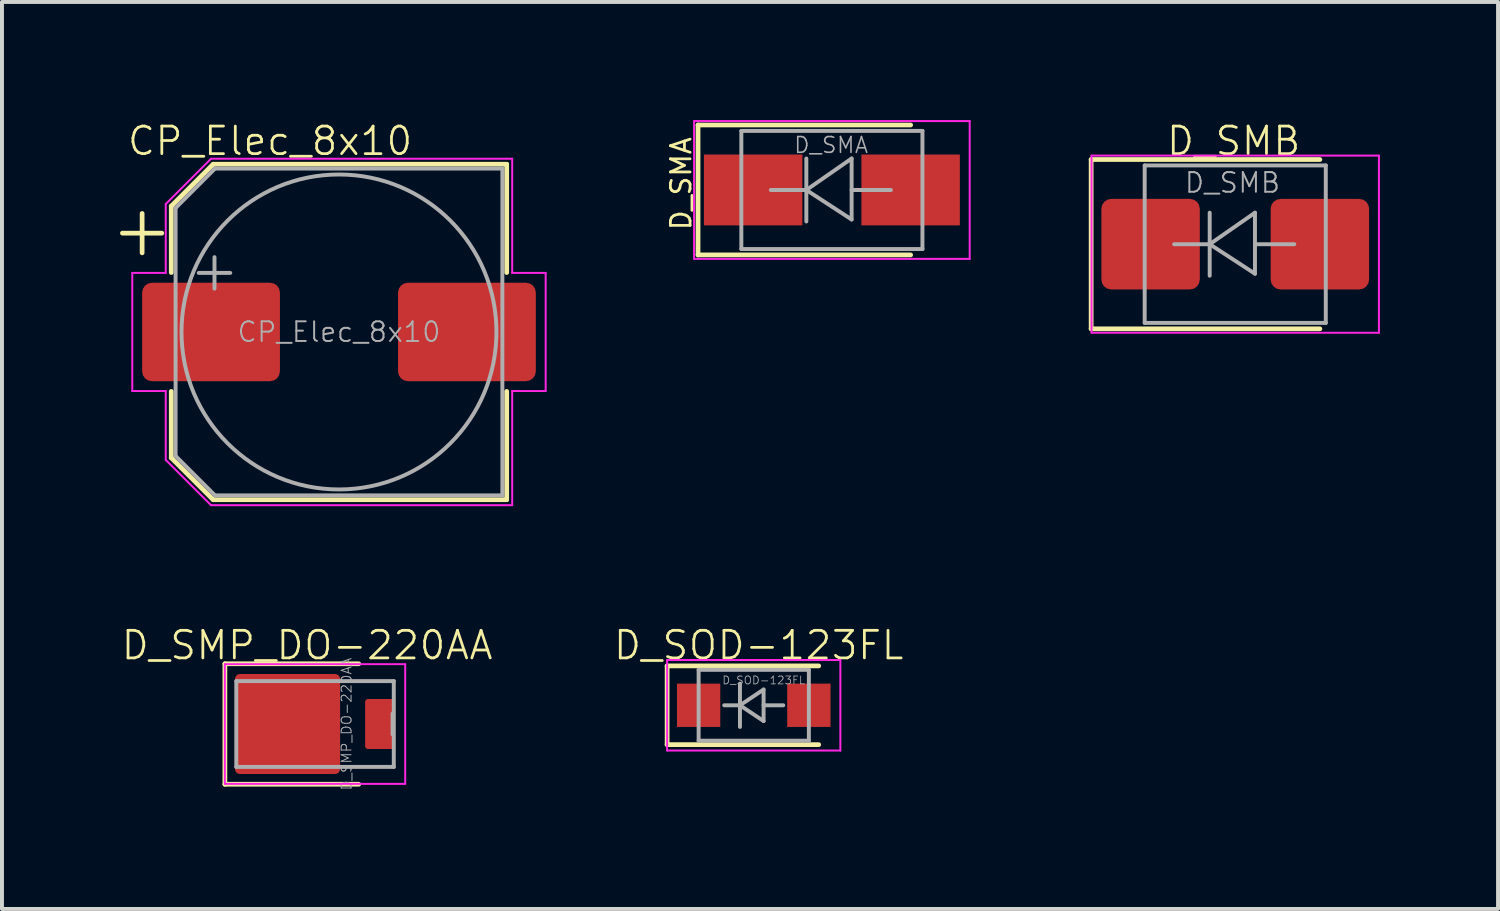
<source format=kicad_pcb>
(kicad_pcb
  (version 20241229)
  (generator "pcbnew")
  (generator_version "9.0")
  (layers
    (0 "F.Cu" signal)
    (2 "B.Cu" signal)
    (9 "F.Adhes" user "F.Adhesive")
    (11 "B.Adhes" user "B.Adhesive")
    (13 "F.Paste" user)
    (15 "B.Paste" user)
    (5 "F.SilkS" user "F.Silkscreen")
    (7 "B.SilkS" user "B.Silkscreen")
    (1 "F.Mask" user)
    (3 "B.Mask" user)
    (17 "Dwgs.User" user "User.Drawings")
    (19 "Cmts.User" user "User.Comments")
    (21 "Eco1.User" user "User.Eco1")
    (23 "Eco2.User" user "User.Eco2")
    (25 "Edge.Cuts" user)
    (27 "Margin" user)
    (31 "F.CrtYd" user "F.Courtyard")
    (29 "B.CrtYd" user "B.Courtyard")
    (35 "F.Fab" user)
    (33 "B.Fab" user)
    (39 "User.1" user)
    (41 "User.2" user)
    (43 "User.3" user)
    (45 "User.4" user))
  (footprint "D_SOD-123FL"
    (layer "F.Cu")
    (at 16.095 14.864)
    (property "Reference" "D_SOD-123FL" (at 0.127 -1.524 0) (layer "F.SilkS") (effects (font (size 0.7 0.7) (thickness 0.07))))
    (attr smd)
    (fp_line (start -2.2 -1) (end -2.2 1) (stroke (width 0.12) (type solid)) (layer "F.SilkS"))
    (fp_line (start -2.2 -1) (end 1.65 -1) (stroke (width 0.12) (type solid)) (layer "F.SilkS"))
    (fp_line (start -2.2 1) (end 1.65 1) (stroke (width 0.12) (type solid)) (layer "F.SilkS"))
    (fp_line (start -2.2 -1.15) (end -2.2 1.15) (stroke (width 0.05) (type solid)) (layer "F.CrtYd"))
    (fp_line (start -2.2 -1.15) (end 2.2 -1.15) (stroke (width 0.05) (type solid)) (layer "F.CrtYd"))
    (fp_line (start 2.2 -1.15) (end 2.2 1.15) (stroke (width 0.05) (type solid)) (layer "F.CrtYd"))
    (fp_line (start 2.2 1.15) (end -2.2 1.15) (stroke (width 0.05) (type solid)) (layer "F.CrtYd"))
    (fp_line (start -1.4 -0.9) (end 1.4 -0.9) (stroke (width 0.1) (type solid)) (layer "F.Fab"))
    (fp_line (start -1.4 0.9) (end -1.4 -0.9) (stroke (width 0.1) (type solid)) (layer "F.Fab"))
    (fp_line (start -0.75 0) (end -0.35 0) (stroke (width 0.1) (type solid)) (layer "F.Fab"))
    (fp_line (start -0.35 0) (end -0.35 -0.55) (stroke (width 0.1) (type solid)) (layer "F.Fab"))
    (fp_line (start -0.35 0) (end -0.35 0.55) (stroke (width 0.1) (type solid)) (layer "F.Fab"))
    (fp_line (start -0.35 0) (end 0.25 -0.4) (stroke (width 0.1) (type solid)) (layer "F.Fab"))
    (fp_line (start 0.25 -0.4) (end 0.25 0.4) (stroke (width 0.1) (type solid)) (layer "F.Fab"))
    (fp_line (start 0.25 0) (end 0.75 0) (stroke (width 0.1) (type solid)) (layer "F.Fab"))
    (fp_line (start 0.25 0.4) (end -0.35 0) (stroke (width 0.1) (type solid)) (layer "F.Fab"))
    (fp_line (start 1.4 -0.9) (end 1.4 0.9) (stroke (width 0.1) (type solid)) (layer "F.Fab"))
    (fp_line (start 1.4 0.9) (end -1.4 0.9) (stroke (width 0.1) (type solid)) (layer "F.Fab"))
    (fp_text user "${REFERENCE}" (at 0.254 -0.635 0) (layer "F.Fab") (effects (font (size 0.2 0.2) (thickness 0.02))))
    (pad "1" smd rect (at -1.4 0) (size 1.1 1.1) (layers "F.Cu" "F.Mask" "F.Paste"))
    (pad "2" smd rect (at 1.4 0) (size 1.1 1.1) (layers "F.Cu" "F.Mask" "F.Paste")))
  (footprint "D_SMA"
    (layer "F.Cu")
    (at 18.08 1.775)
    (property "Reference" "D_SMA" (at -3.83 -0.16 90) (layer "F.SilkS") (effects (font (size 0.5 0.5) (thickness 0.07))))
    (attr smd)
    (fp_line (start -3.4 -1.65) (end -3.4 1.65) (stroke (width 0.12) (type solid)) (layer "F.SilkS"))
    (fp_line (start -3.4 -1.65) (end 2 -1.65) (stroke (width 0.12) (type solid)) (layer "F.SilkS"))
    (fp_line (start -3.4 1.65) (end 2 1.65) (stroke (width 0.12) (type solid)) (layer "F.SilkS"))
    (fp_line (start -3.5 -1.75) (end 3.5 -1.75) (stroke (width 0.05) (type solid)) (layer "F.CrtYd"))
    (fp_line (start -3.5 1.75) (end -3.5 -1.75) (stroke (width 0.05) (type solid)) (layer "F.CrtYd"))
    (fp_line (start 3.5 -1.75) (end 3.5 1.75) (stroke (width 0.05) (type solid)) (layer "F.CrtYd"))
    (fp_line (start 3.5 1.75) (end -3.5 1.75) (stroke (width 0.05) (type solid)) (layer "F.CrtYd"))
    (fp_line (start -2.3 1.5) (end -2.3 -1.5) (stroke (width 0.1) (type solid)) (layer "F.Fab"))
    (fp_line (start -0.649 -0.799) (end -0.649 0.801) (stroke (width 0.1) (type solid)) (layer "F.Fab"))
    (fp_line (start -0.649 0.001) (end -1.551 0.001) (stroke (width 0.1) (type solid)) (layer "F.Fab"))
    (fp_line (start -0.649 0.001) (end 0.501 -0.799) (stroke (width 0.1) (type solid)) (layer "F.Fab"))
    (fp_line (start -0.649 0.001) (end 0.501 0.75) (stroke (width 0.1) (type solid)) (layer "F.Fab"))
    (fp_line (start 0.501 0.001) (end 1.499 0.001) (stroke (width 0.1) (type solid)) (layer "F.Fab"))
    (fp_line (start 0.501 0.75) (end 0.501 -0.799) (stroke (width 0.1) (type solid)) (layer "F.Fab"))
    (fp_line (start 2.3 -1.5) (end -2.3 -1.5) (stroke (width 0.1) (type solid)) (layer "F.Fab"))
    (fp_line (start 2.3 -1.5) (end 2.3 1.5) (stroke (width 0.1) (type solid)) (layer "F.Fab"))
    (fp_line (start 2.3 1.5) (end -2.3 1.5) (stroke (width 0.1) (type solid)) (layer "F.Fab"))
    (fp_text user "${REFERENCE}" (at -0.02 -1.14 180) (layer "F.Fab") (effects (font (size 0.4 0.4) (thickness 0.04))))
    (pad "1" smd rect (at -2 0) (size 2.5 1.8) (layers "F.Cu" "F.Mask" "F.Paste"))
    (pad "2" smd rect (at 2 0) (size 2.5 1.8) (layers "F.Cu" "F.Mask" "F.Paste")))
  (footprint "D_SMP_DO-220AA"
    (layer "F.Cu")
    (at 4.952 15.34)
    (property "Reference" "D_SMP_DO-220AA" (at -0.2 -2 0) (layer "F.SilkS") (effects (font (size 0.7 0.7) (thickness 0.07))))
    (attr smd)
    (fp_line (start -2.29 -1.53) (end -2.29 1.53) (stroke (width 0.12) (type solid)) (layer "F.SilkS"))
    (fp_line (start -2.29 -1.53) (end 1.11 -1.53) (stroke (width 0.12) (type solid)) (layer "F.SilkS"))
    (fp_line (start -2.29 1.53) (end 1.11 1.53) (stroke (width 0.12) (type solid)) (layer "F.SilkS"))
    (fp_line (start -2.29 -1.52) (end -2.29 1.52) (stroke (width 0.05) (type solid)) (layer "F.CrtYd"))
    (fp_line (start -2.29 1.52) (end 2.29 1.52) (stroke (width 0.05) (type solid)) (layer "F.CrtYd"))
    (fp_line (start 2.29 -1.52) (end -2.29 -1.52) (stroke (width 0.05) (type solid)) (layer "F.CrtYd"))
    (fp_line (start 2.29 1.52) (end 2.29 -1.52) (stroke (width 0.05) (type solid)) (layer "F.CrtYd"))
    (fp_line (start -2 -1.09) (end -2 1.09) (stroke (width 0.1) (type solid)) (layer "F.Fab"))
    (fp_line (start 1.97 0.265) (end 1.97 -0.265) (stroke (width 0.1) (type solid)) (layer "F.Fab"))
    (fp_line (start 2 -1.09) (end -2 -1.09) (stroke (width 0.1) (type solid)) (layer "F.Fab"))
    (fp_line (start 2 -1.09) (end 2 1.09) (stroke (width 0.1) (type solid)) (layer "F.Fab"))
    (fp_line (start 2 1.09) (end -2 1.09) (stroke (width 0.1) (type solid)) (layer "F.Fab"))
    (fp_text user "${REFERENCE}" (at 0.8 0 90) (layer "F.Fab") (effects (font (size 0.25 0.25) (thickness 0.025))))
    (pad "1" smd roundrect (at -0.699 0) (size 2.67 2.54) (layers "F.Cu" "F.Mask" "F.Paste") (roundrect_rratio 0.05))
    (pad "2" smd roundrect (at 1.653 0) (size 0.762 1.27) (layers "F.Cu" "F.Mask" "F.Paste") (roundrect_rratio 0.1)))
  (footprint "D_SMB"
    (layer "F.Cu")
    (at 28.325 3.152)
    (property "Reference" "D_SMB" (at -0.04 -2.62 0) (layer "F.SilkS") (effects (font (size 0.7 0.7) (thickness 0.07))))
    (attr smd)
    (fp_line (start -3.66 -2.15) (end -3.66 2.15) (stroke (width 0.12) (type solid)) (layer "F.SilkS"))
    (fp_line (start -3.66 -2.15) (end 2.15 -2.15) (stroke (width 0.12) (type solid)) (layer "F.SilkS"))
    (fp_line (start -3.66 2.15) (end 2.15 2.15) (stroke (width 0.12) (type solid)) (layer "F.SilkS"))
    (fp_line (start -3.65 -2.25) (end 3.65 -2.25) (stroke (width 0.05) (type solid)) (layer "F.CrtYd"))
    (fp_line (start -3.65 2.25) (end -3.65 -2.25) (stroke (width 0.05) (type solid)) (layer "F.CrtYd"))
    (fp_line (start 3.65 -2.25) (end 3.65 2.25) (stroke (width 0.05) (type solid)) (layer "F.CrtYd"))
    (fp_line (start 3.65 2.25) (end -3.65 2.25) (stroke (width 0.05) (type solid)) (layer "F.CrtYd"))
    (fp_line (start -2.3 2) (end -2.3 -2) (stroke (width 0.1) (type solid)) (layer "F.Fab"))
    (fp_line (start -0.649 -0.799) (end -0.649 0.801) (stroke (width 0.1) (type solid)) (layer "F.Fab"))
    (fp_line (start -0.649 0.001) (end -1.551 0.001) (stroke (width 0.1) (type solid)) (layer "F.Fab"))
    (fp_line (start -0.649 0.001) (end 0.501 -0.799) (stroke (width 0.1) (type solid)) (layer "F.Fab"))
    (fp_line (start -0.649 0.001) (end 0.501 0.75) (stroke (width 0.1) (type solid)) (layer "F.Fab"))
    (fp_line (start 0.501 0.001) (end 1.499 0.001) (stroke (width 0.1) (type solid)) (layer "F.Fab"))
    (fp_line (start 0.501 0.75) (end 0.501 -0.799) (stroke (width 0.1) (type solid)) (layer "F.Fab"))
    (fp_line (start 2.3 -2) (end -2.3 -2) (stroke (width 0.1) (type solid)) (layer "F.Fab"))
    (fp_line (start 2.3 -2) (end 2.3 2) (stroke (width 0.1) (type solid)) (layer "F.Fab"))
    (fp_line (start 2.3 2) (end -2.3 2) (stroke (width 0.1) (type solid)) (layer "F.Fab"))
    (fp_text user "${REFERENCE}" (at -0.07 -1.56 0) (layer "F.Fab") (effects (font (size 0.5 0.5) (thickness 0.05))))
    (pad "1" smd roundrect (at -2.15 0) (size 2.5 2.3) (layers "F.Cu" "F.Mask" "F.Paste") (roundrect_rratio 0.109))
    (pad "2" smd roundrect (at 2.15 0) (size 2.5 2.3) (layers "F.Cu" "F.Mask" "F.Paste") (roundrect_rratio 0.109)))
  (footprint "CP_Elec_8x10"
    (layer "F.Cu")
    (at 5.56 5.382)
    (property "Reference" "CP_Elec_8x10" (at -1.75 -4.85 0) (layer "F.SilkS") (effects (font (size 0.7 0.7) (thickness 0.07))))
    (attr smd)
    (fp_line (start -5.5 -2.51) (end -4.5 -2.51) (stroke (width 0.12) (type solid)) (layer "F.SilkS"))
    (fp_line (start -5 -3.01) (end -5 -2.01) (stroke (width 0.12) (type solid)) (layer "F.SilkS"))
    (fp_line (start -4.26 -3.196) (end -4.26 -1.51) (stroke (width 0.12) (type solid)) (layer "F.SilkS"))
    (fp_line (start -4.26 -3.196) (end -3.196 -4.26) (stroke (width 0.12) (type solid)) (layer "F.SilkS"))
    (fp_line (start -4.26 3.196) (end -4.26 1.51) (stroke (width 0.12) (type solid)) (layer "F.SilkS"))
    (fp_line (start -4.26 3.196) (end -3.196 4.26) (stroke (width 0.12) (type solid)) (layer "F.SilkS"))
    (fp_line (start -3.196 -4.26) (end 4.26 -4.26) (stroke (width 0.12) (type solid)) (layer "F.SilkS"))
    (fp_line (start -3.196 4.26) (end 4.26 4.26) (stroke (width 0.12) (type solid)) (layer "F.SilkS"))
    (fp_line (start 4.26 -4.26) (end 4.26 -1.51) (stroke (width 0.12) (type solid)) (layer "F.SilkS"))
    (fp_line (start 4.26 4.26) (end 4.26 1.51) (stroke (width 0.12) (type solid)) (layer "F.SilkS"))
    (fp_line (start -5.25 -1.5) (end -5.25 1.5) (stroke (width 0.05) (type solid)) (layer "F.CrtYd"))
    (fp_line (start -5.25 1.5) (end -4.4 1.5) (stroke (width 0.05) (type solid)) (layer "F.CrtYd"))
    (fp_line (start -4.4 -3.25) (end -4.4 -1.5) (stroke (width 0.05) (type solid)) (layer "F.CrtYd"))
    (fp_line (start -4.4 -3.25) (end -3.25 -4.4) (stroke (width 0.05) (type solid)) (layer "F.CrtYd"))
    (fp_line (start -4.4 -1.5) (end -5.25 -1.5) (stroke (width 0.05) (type solid)) (layer "F.CrtYd"))
    (fp_line (start -4.4 1.5) (end -4.4 3.25) (stroke (width 0.05) (type solid)) (layer "F.CrtYd"))
    (fp_line (start -4.4 3.25) (end -3.25 4.4) (stroke (width 0.05) (type solid)) (layer "F.CrtYd"))
    (fp_line (start -3.25 -4.4) (end 4.4 -4.4) (stroke (width 0.05) (type solid)) (layer "F.CrtYd"))
    (fp_line (start -3.25 4.4) (end 4.4 4.4) (stroke (width 0.05) (type solid)) (layer "F.CrtYd"))
    (fp_line (start 4.4 -4.4) (end 4.4 -1.5) (stroke (width 0.05) (type solid)) (layer "F.CrtYd"))
    (fp_line (start 4.4 -1.5) (end 5.25 -1.5) (stroke (width 0.05) (type solid)) (layer "F.CrtYd"))
    (fp_line (start 4.4 1.5) (end 4.4 4.4) (stroke (width 0.05) (type solid)) (layer "F.CrtYd"))
    (fp_line (start 5.25 -1.5) (end 5.25 1.5) (stroke (width 0.05) (type solid)) (layer "F.CrtYd"))
    (fp_line (start 5.25 1.5) (end 4.4 1.5) (stroke (width 0.05) (type solid)) (layer "F.CrtYd"))
    (fp_line (start -4.15 -3.15) (end -4.15 3.15) (stroke (width 0.1) (type solid)) (layer "F.Fab"))
    (fp_line (start -4.15 -3.15) (end -3.15 -4.15) (stroke (width 0.1) (type solid)) (layer "F.Fab"))
    (fp_line (start -4.15 3.15) (end -3.15 4.15) (stroke (width 0.1) (type solid)) (layer "F.Fab"))
    (fp_line (start -3.562 -1.5) (end -2.762 -1.5) (stroke (width 0.1) (type solid)) (layer "F.Fab"))
    (fp_line (start -3.162 -1.9) (end -3.162 -1.1) (stroke (width 0.1) (type solid)) (layer "F.Fab"))
    (fp_line (start -3.15 -4.15) (end 4.15 -4.15) (stroke (width 0.1) (type solid)) (layer "F.Fab"))
    (fp_line (start -3.15 4.15) (end 4.15 4.15) (stroke (width 0.1) (type solid)) (layer "F.Fab"))
    (fp_line (start 4.15 -4.15) (end 4.15 4.15) (stroke (width 0.1) (type solid)) (layer "F.Fab"))
    (fp_circle (center 0 0) (end 4 0) (stroke (width 0.1) (type solid)) (fill no) (layer "F.Fab"))
    (fp_text user "${REFERENCE}" (at 0 0 0) (layer "F.Fab") (effects (font (size 0.5 0.5) (thickness 0.05))))
    (pad "1" smd roundrect (at -3.25 0) (size 3.5 2.5) (layers "F.Cu" "F.Mask" "F.Paste") (roundrect_rratio 0.1))
    (pad "2" smd roundrect (at 3.25 0) (size 3.5 2.5) (layers "F.Cu" "F.Mask" "F.Paste") (roundrect_rratio 0.1)))
  (gr_rect
    (start -3 -3)
    (end 35 20.037)
    (stroke (width 0.1) (type default))
    (fill no)
    (layer "Edge.Cuts")))
</source>
